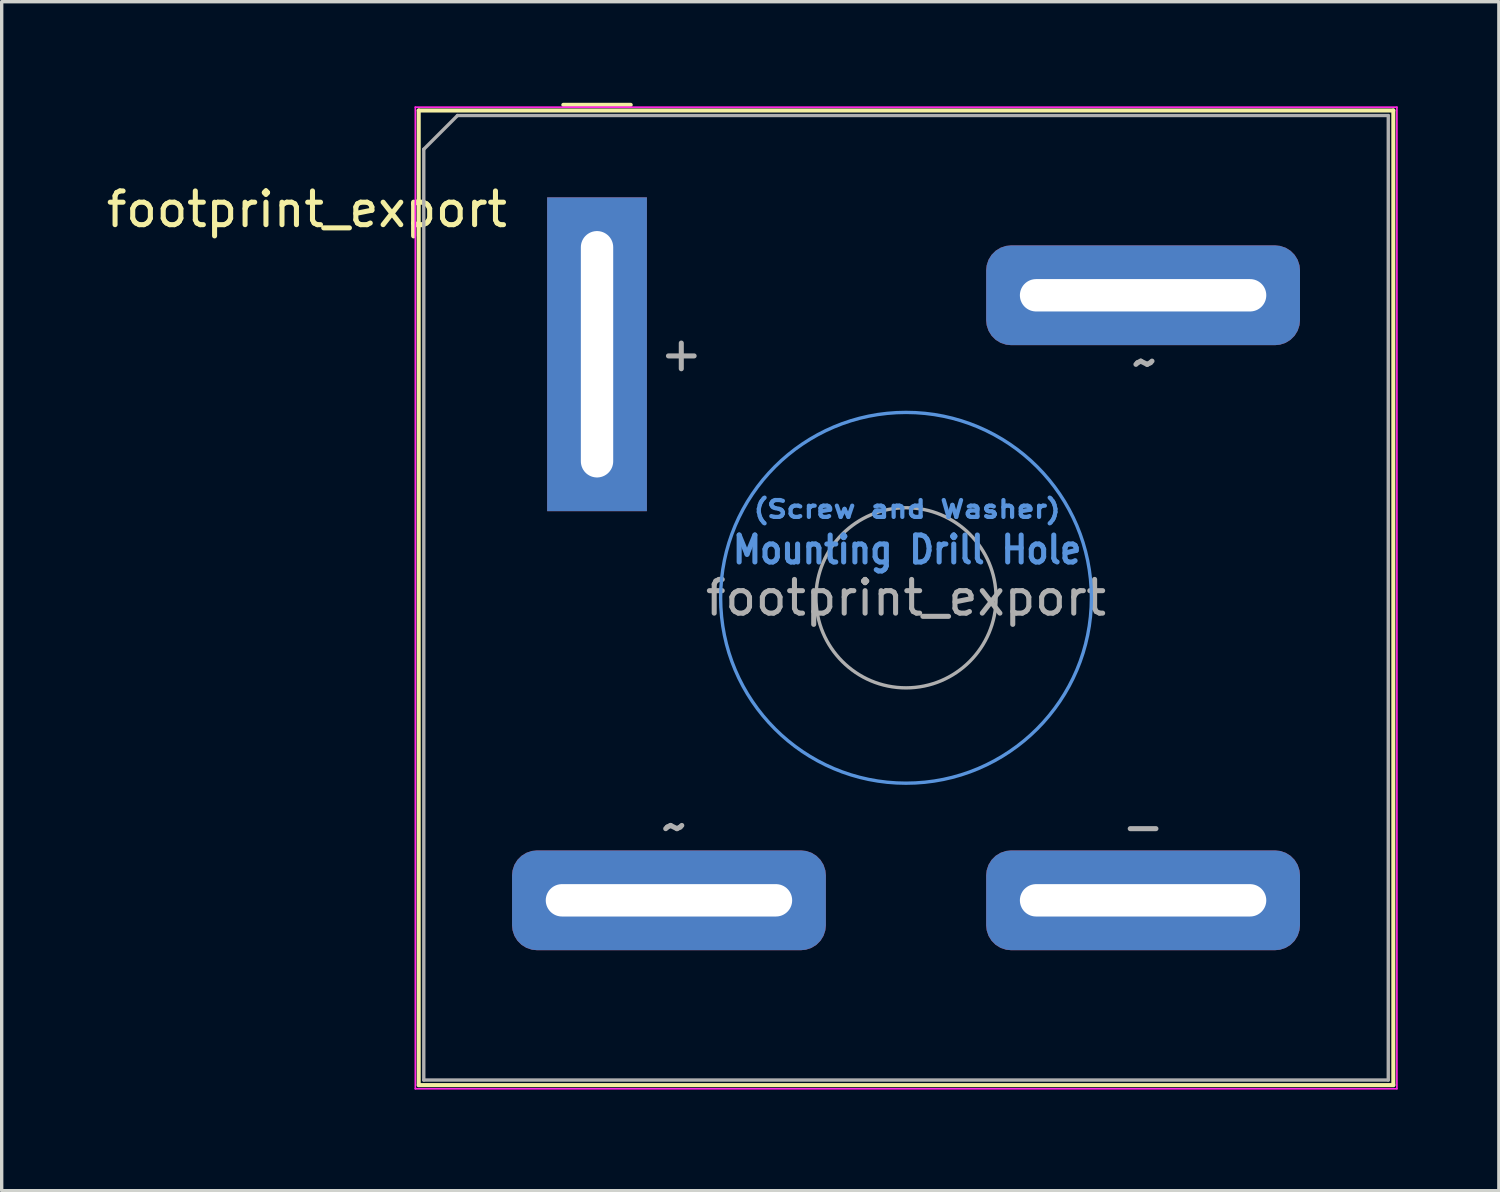
<source format=kicad_pcb>
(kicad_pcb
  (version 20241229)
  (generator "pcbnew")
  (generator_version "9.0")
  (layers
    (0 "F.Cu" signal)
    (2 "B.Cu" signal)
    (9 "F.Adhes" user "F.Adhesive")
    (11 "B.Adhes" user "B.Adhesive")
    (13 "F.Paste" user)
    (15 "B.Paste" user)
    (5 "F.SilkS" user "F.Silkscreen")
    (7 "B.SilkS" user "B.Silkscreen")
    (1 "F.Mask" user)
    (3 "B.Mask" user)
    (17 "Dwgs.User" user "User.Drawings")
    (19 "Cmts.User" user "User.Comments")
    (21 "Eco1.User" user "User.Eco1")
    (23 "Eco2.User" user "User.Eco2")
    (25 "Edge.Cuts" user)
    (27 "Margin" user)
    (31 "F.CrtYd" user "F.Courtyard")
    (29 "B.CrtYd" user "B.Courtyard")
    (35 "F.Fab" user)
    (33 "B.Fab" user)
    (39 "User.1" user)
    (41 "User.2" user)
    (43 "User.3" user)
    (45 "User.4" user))
  (footprint "footprint_export"
    (layer "F.Cu")
    (at 14.662 7.46)
    (property "Reference" "footprint_export" (at -8.608 -4.3 180) (layer "F.SilkS") (effects (font (size 1 1) (thickness 0.15))))
    (attr through_hole)
    (fp_line (start -5.29 -7.232) (end 23.624 -7.232) (stroke (width 0.12) (type solid)) (layer "F.SilkS"))
    (fp_line (start -5.29 21.682) (end -5.29 -7.232) (stroke (width 0.12) (type solid)) (layer "F.SilkS"))
    (fp_line (start -1 -7.4) (end 1 -7.4) (stroke (width 0.12) (type solid)) (layer "F.SilkS"))
    (fp_line (start 23.624 -7.232) (end 23.624 21.682) (stroke (width 0.12) (type solid)) (layer "F.SilkS"))
    (fp_line (start 23.624 21.682) (end -5.29 21.682) (stroke (width 0.12) (type solid)) (layer "F.SilkS"))
    (fp_circle (center 9.167 7.225) (end 14.667 7.225) (stroke (width 0.1) (type solid)) (fill no) (layer "Cmts.User"))
    (fp_line (start -5.39 -7.33) (end 23.73 -7.33) (stroke (width 0.05) (type solid)) (layer "F.CrtYd"))
    (fp_line (start -5.39 21.79) (end -5.39 -7.33) (stroke (width 0.05) (type solid)) (layer "F.CrtYd"))
    (fp_line (start 23.73 -7.33) (end 23.73 21.79) (stroke (width 0.05) (type solid)) (layer "F.CrtYd"))
    (fp_line (start 23.73 21.79) (end -5.39 21.79) (stroke (width 0.05) (type solid)) (layer "F.CrtYd"))
    (fp_line (start -5.14 21.532) (end -5.14 -6.082) (stroke (width 0.1) (type solid)) (layer "F.Fab"))
    (fp_line (start -5.14 21.532) (end 23.474 21.532) (stroke (width 0.1) (type solid)) (layer "F.Fab"))
    (fp_line (start -4.14 -7.082) (end -5.14 -6.082) (stroke (width 0.1) (type solid)) (layer "F.Fab"))
    (fp_line (start -4.14 -7.082) (end 23.474 -7.082) (stroke (width 0.1) (type solid)) (layer "F.Fab"))
    (fp_line (start 23.474 -7.082) (end 23.474 21.532) (stroke (width 0.1) (type solid)) (layer "F.Fab"))
    (fp_circle (center 9.167 7.225) (end 11.839 7.225) (stroke (width 0.1) (type solid)) (fill no) (layer "F.Fab"))
    (fp_text user "(Screw and Washer)" (at 9.2 4.6 0) (unlocked yes) (layer "Cmts.User") (effects (font (size 0.5 0.6) (thickness 0.125))))
    (fp_text user "Mounting Drill Hole" (at 9.2 5.8 0) (unlocked yes) (layer "Cmts.User") (effects (font (size 0.8 0.7) (thickness 0.15))))
    (fp_text user "+" (at 2.5 -0.025 0) (unlocked yes) (layer "F.Fab") (effects (font (size 1 1) (thickness 0.15))))
    (fp_text user "${REFERENCE}" (at 9.167 7.225 0) (layer "F.Fab") (effects (font (size 1 1) (thickness 0.15))))
    (fp_text user "-" (at 16.2 14 0) (unlocked yes) (layer "F.Fab") (effects (font (size 1 1) (thickness 0.15))))
    (fp_text user "~" (at 16.25 0.225 0) (unlocked yes) (layer "F.Fab") (effects (font (size 1 1) (thickness 0.15))))
    (fp_text user "~" (at 2.3 14 0) (unlocked yes) (layer "F.Fab") (effects (font (size 1 1) (thickness 0.15))))
    (pad "1" thru_hole rect (at 0 0 90) (size 9.31 2.96) (drill oval 7.31 0.96) (layers "*.Cu" "*.Mask"))
    (pad "2" thru_hole roundrect (at 16.2 -1.75) (size 9.31 2.96) (drill oval 7.31 0.96) (layers "*.Cu" "*.Mask") (roundrect_rratio 0.25))
    (pad "3" thru_hole roundrect (at 16.2 16.2) (size 9.31 2.96) (drill oval 7.31 0.96) (layers "*.Cu" "*.Mask") (roundrect_rratio 0.25))
    (pad "4" thru_hole roundrect (at 2.134 16.2) (size 9.31 2.96) (drill oval 7.31 0.96) (layers "*.Cu" "*.Mask") (roundrect_rratio 0.25)))
  (gr_rect
    (start -3 -3)
    (end 41.417 32.275)
    (stroke (width 0.1) (type default))
    (fill no)
    (layer "Edge.Cuts")))
</source>
